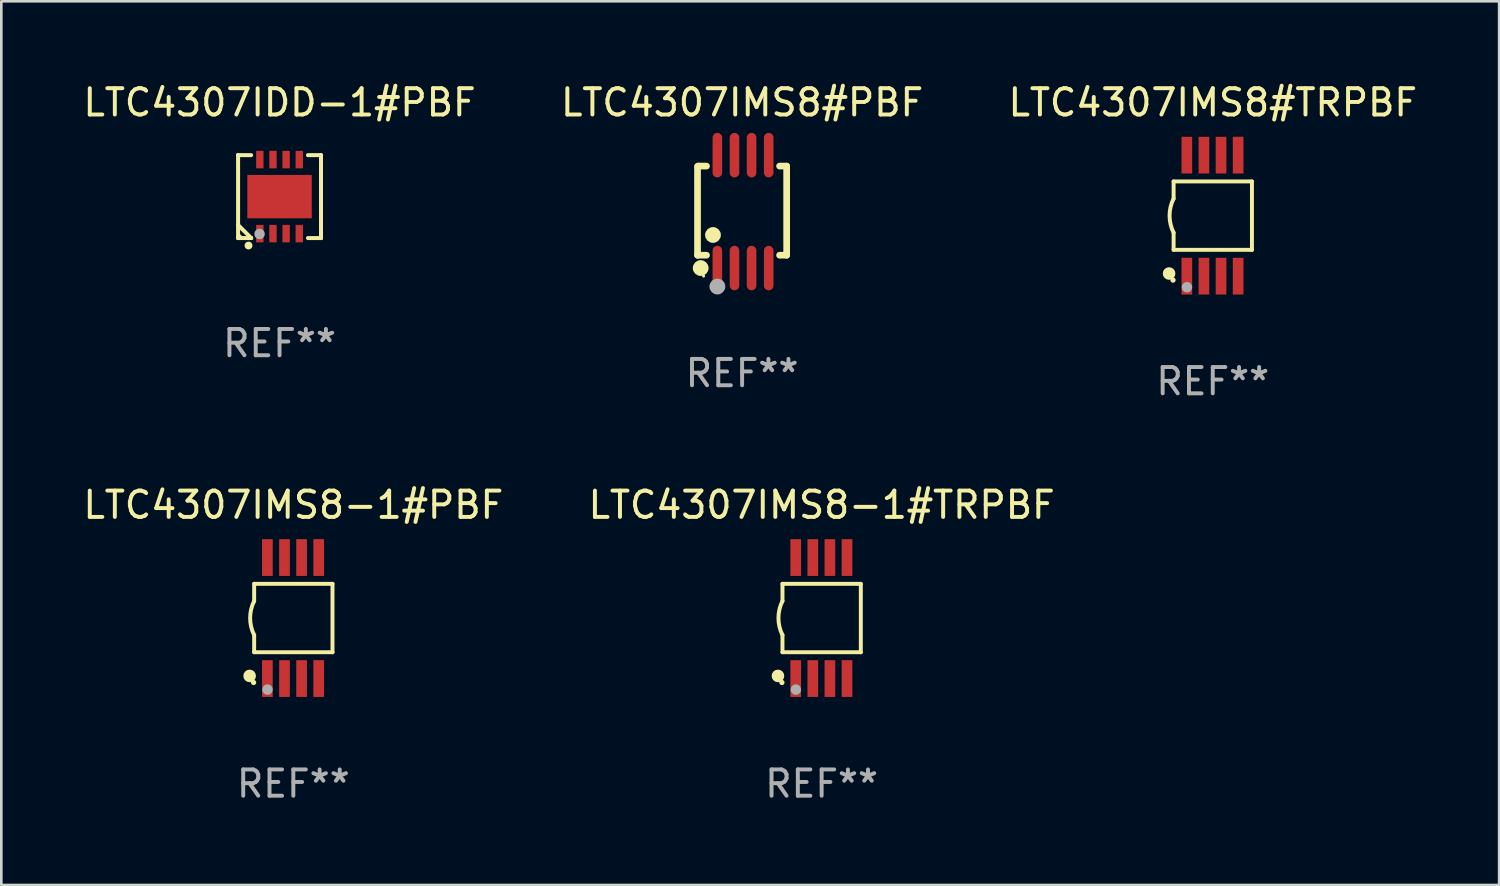
<source format=kicad_pcb>
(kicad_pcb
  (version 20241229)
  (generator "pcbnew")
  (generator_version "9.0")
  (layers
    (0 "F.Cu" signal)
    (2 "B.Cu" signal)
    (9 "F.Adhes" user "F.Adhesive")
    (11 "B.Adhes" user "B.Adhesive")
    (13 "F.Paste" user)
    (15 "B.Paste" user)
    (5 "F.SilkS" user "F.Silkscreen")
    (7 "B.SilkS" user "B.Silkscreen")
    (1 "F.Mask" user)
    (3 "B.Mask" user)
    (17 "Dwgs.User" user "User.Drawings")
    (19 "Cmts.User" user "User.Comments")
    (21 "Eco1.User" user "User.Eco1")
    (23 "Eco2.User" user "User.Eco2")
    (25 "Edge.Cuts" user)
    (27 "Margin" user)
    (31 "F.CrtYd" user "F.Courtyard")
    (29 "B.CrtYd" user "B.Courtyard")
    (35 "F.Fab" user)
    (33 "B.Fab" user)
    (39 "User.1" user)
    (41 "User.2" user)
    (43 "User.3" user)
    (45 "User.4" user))
  (footprint "LTC4307IMS8-1#PBF"
    (layer "F.Cu")
    (at 8.101 20.445)
    (property "Reference" "LTC4307IMS8-1#PBF" (at 0 -4.3 0) (layer "F.SilkS") (effects (font (size 1 1) (thickness 0.15))))
    (attr through_hole)
    (fp_line (start -1.489 -1.3) (end -1.489 -0.648) (stroke (width 0.15) (type solid)) (layer "F.SilkS"))
    (fp_line (start -1.489 0.648) (end -1.489 1.3) (stroke (width 0.15) (type solid)) (layer "F.SilkS"))
    (fp_line (start -1.489 1.3) (end 1.489 1.3) (stroke (width 0.15) (type solid)) (layer "F.SilkS"))
    (fp_line (start 1.489 -1.3) (end -1.489 -1.3) (stroke (width 0.15) (type solid)) (layer "F.SilkS"))
    (fp_line (start 1.489 1.3) (end 1.489 -1.3) (stroke (width 0.15) (type solid)) (layer "F.SilkS"))
    (fp_arc (start -1.489205 0.647702) (mid -1.642107 0) (end -1.489205 -0.647701) (stroke (width 0.150013) (type solid)) (layer "F.SilkS"))
    (fp_circle (center -1.661 2.2) (end -1.541 2.2) (stroke (width 0.24) (type solid)) (fill no) (layer "F.SilkS"))
    (fp_circle (center -1.511 2.45) (end -1.461 2.45) (stroke (width 0.1) (type solid)) (fill no) (layer "F.SilkS"))
    (fp_circle (center -0.981 2.72) (end -0.881 2.72) (stroke (width 0.2) (type solid)) (fill no) (layer "F.Fab"))
    (fp_text user "REF**" (at 0 6.3 0) (layer "F.Fab") (effects (font (size 1 1) (thickness 0.15))))
    (pad "1" smd rect (at -0.986 2.3) (size 0.406 1.397) (layers "F.Cu" "F.Mask" "F.Paste"))
    (pad "2" smd rect (at -0.336 2.3) (size 0.406 1.397) (layers "F.Cu" "F.Mask" "F.Paste"))
    (pad "3" smd rect (at 0.314 2.3) (size 0.406 1.397) (layers "F.Cu" "F.Mask" "F.Paste"))
    (pad "4" smd rect (at 0.964 2.3) (size 0.406 1.397) (layers "F.Cu" "F.Mask" "F.Paste"))
    (pad "5" smd rect (at 0.964 -2.3) (size 0.406 1.397) (layers "F.Cu" "F.Mask" "F.Paste"))
    (pad "6" smd rect (at 0.314 -2.3) (size 0.406 1.397) (layers "F.Cu" "F.Mask" "F.Paste"))
    (pad "7" smd rect (at -0.336 -2.3) (size 0.406 1.397) (layers "F.Cu" "F.Mask" "F.Paste"))
    (pad "8" smd rect (at -0.986 -2.3) (size 0.406 1.397) (layers "F.Cu" "F.Mask" "F.Paste")))
  (footprint "LTC4307IDD-1#PBF"
    (layer "F.Cu")
    (at 7.577 4.424)
    (property "Reference" "LTC4307IDD-1#PBF" (at 0 -3.576 0) (layer "F.SilkS") (effects (font (size 1 1) (thickness 0.15))))
    (attr through_hole)
    (fp_line (start -1.576 -1.576) (end -1.576 -1.576) (stroke (width 0.152) (type solid)) (layer "F.SilkS"))
    (fp_line (start -1.576 -1.576) (end -1.08 -1.576) (stroke (width 0.152) (type solid)) (layer "F.SilkS"))
    (fp_line (start -1.576 1.576) (end -1.576 -1.576) (stroke (width 0.152) (type solid)) (layer "F.SilkS"))
    (fp_line (start -1.576 1.576) (end -1.576 1.576) (stroke (width 0.152) (type solid)) (layer "F.SilkS"))
    (fp_line (start -1.08 1.575) (end -1.576 1.079) (stroke (width 0.152) (type solid)) (layer "F.SilkS"))
    (fp_line (start -1.08 1.576) (end -1.576 1.576) (stroke (width 0.152) (type solid)) (layer "F.SilkS"))
    (fp_line (start -1.08 1.576) (end -1.08 1.575) (stroke (width 0.152) (type solid)) (layer "F.SilkS"))
    (fp_line (start 1.08 1.576) (end 1.576 1.576) (stroke (width 0.152) (type solid)) (layer "F.SilkS"))
    (fp_line (start 1.576 -1.576) (end 1.08 -1.576) (stroke (width 0.152) (type solid)) (layer "F.SilkS"))
    (fp_line (start 1.576 -1.576) (end 1.576 -1.576) (stroke (width 0.152) (type solid)) (layer "F.SilkS"))
    (fp_line (start 1.576 1.576) (end 1.576 -1.576) (stroke (width 0.152) (type solid)) (layer "F.SilkS"))
    (fp_line (start 1.576 1.576) (end 1.576 1.576) (stroke (width 0.152) (type solid)) (layer "F.SilkS"))
    (fp_circle (center -1.5 1.5) (end -1.47 1.5) (stroke (width 0.06) (type solid)) (fill no) (layer "F.SilkS"))
    (fp_circle (center -1.18 1.86) (end -1.105 1.86) (stroke (width 0.15) (type solid)) (fill no) (layer "F.SilkS"))
    (fp_circle (center -0.76 1.42) (end -0.66 1.42) (stroke (width 0.2) (type solid)) (fill no) (layer "F.Fab"))
    (fp_text user "REF**" (at 0 5.576 0) (layer "F.Fab") (effects (font (size 1 1) (thickness 0.15))))
    (pad "1" smd rect (at -0.75 1.407) (size 0.28 0.665) (layers "F.Cu" "F.Mask" "F.Paste"))
    (pad "2" smd rect (at -0.25 1.407) (size 0.28 0.665) (layers "F.Cu" "F.Mask" "F.Paste"))
    (pad "3" smd rect (at 0.25 1.407) (size 0.28 0.665) (layers "F.Cu" "F.Mask" "F.Paste"))
    (pad "4" smd rect (at 0.75 1.407) (size 0.28 0.665) (layers "F.Cu" "F.Mask" "F.Paste"))
    (pad "5" smd rect (at 0.75 -1.407) (size 0.28 0.665) (layers "F.Cu" "F.Mask" "F.Paste"))
    (pad "6" smd rect (at 0.25 -1.407) (size 0.28 0.665) (layers "F.Cu" "F.Mask" "F.Paste"))
    (pad "7" smd rect (at -0.25 -1.407) (size 0.28 0.665) (layers "F.Cu" "F.Mask" "F.Paste"))
    (pad "8" smd rect (at -0.75 -1.407) (size 0.28 0.665) (layers "F.Cu" "F.Mask" "F.Paste"))
    (pad "9" smd rect (at 0 0) (size 2.45 1.65) (layers "F.Cu" "F.Mask" "F.Paste")))
  (footprint "LTC4307IMS8#PBF"
    (layer "F.Cu")
    (at 25.161 4.994)
    (property "Reference" "LTC4307IMS8#PBF" (at 0 -4.146 0) (layer "F.SilkS") (effects (font (size 1 1) (thickness 0.15))))
    (attr through_hole)
    (fp_line (start -1.694 -1.724) (end -1.694 1.652) (stroke (width 0.254) (type solid)) (layer "F.SilkS"))
    (fp_line (start -1.694 1.652) (end -1.688 1.658) (stroke (width 0.254) (type solid)) (layer "F.SilkS"))
    (fp_line (start -1.688 1.658) (end -1.353 1.658) (stroke (width 0.254) (type solid)) (layer "F.SilkS"))
    (fp_line (start -1.661 -1.73) (end -1.681 -1.71) (stroke (width 0.254) (type solid)) (layer "F.SilkS"))
    (fp_line (start -1.353 -1.73) (end -1.661 -1.73) (stroke (width 0.254) (type solid)) (layer "F.SilkS"))
    (fp_line (start 1.424 1.658) (end 1.694 1.658) (stroke (width 0.254) (type solid)) (layer "F.SilkS"))
    (fp_line (start 1.694 -1.73) (end 1.424 -1.73) (stroke (width 0.254) (type solid)) (layer "F.SilkS"))
    (fp_line (start 1.694 1.658) (end 1.694 -1.73) (stroke (width 0.254) (type solid)) (layer "F.SilkS"))
    (fp_circle (center -1.574 2.146) (end -1.424 2.146) (stroke (width 0.3) (type solid)) (fill no) (layer "F.SilkS"))
    (fp_circle (center -1.464 2.45) (end -1.434 2.45) (stroke (width 0.06) (type solid)) (fill no) (layer "F.SilkS"))
    (fp_circle (center -1.107 0.889) (end -0.957 0.889) (stroke (width 0.3) (type solid)) (fill no) (layer "F.SilkS"))
    (fp_circle (center -0.94 2.85) (end -0.789 2.85) (stroke (width 0.3) (type solid)) (fill no) (layer "F.Fab"))
    (fp_text user "REF**" (at 0 6.146 0) (layer "F.Fab") (effects (font (size 1 1) (thickness 0.15))))
    (pad "1" smd oval (at -0.94 2.146) (size 0.364 1.692) (layers "F.Cu" "F.Mask" "F.Paste"))
    (pad "2" smd oval (at -0.289 2.146) (size 0.364 1.692) (layers "F.Cu" "F.Mask" "F.Paste"))
    (pad "3" smd oval (at 0.361 2.146) (size 0.364 1.692) (layers "F.Cu" "F.Mask" "F.Paste"))
    (pad "4" smd oval (at 1.011 2.146) (size 0.364 1.692) (layers "F.Cu" "F.Mask" "F.Paste"))
    (pad "5" smd oval (at 1.011 -2.146) (size 0.364 1.692) (layers "F.Cu" "F.Mask" "F.Paste"))
    (pad "6" smd oval (at 0.361 -2.146) (size 0.364 1.692) (layers "F.Cu" "F.Mask" "F.Paste"))
    (pad "7" smd oval (at -0.289 -2.146) (size 0.364 1.692) (layers "F.Cu" "F.Mask" "F.Paste"))
    (pad "8" smd oval (at -0.94 -2.146) (size 0.364 1.692) (layers "F.Cu" "F.Mask" "F.Paste")))
  (footprint "LTC4307IMS8#TRPBF"
    (layer "F.Cu")
    (at 43.054 5.148)
    (property "Reference" "LTC4307IMS8#TRPBF" (at 0 -4.3 0) (layer "F.SilkS") (effects (font (size 1 1) (thickness 0.15))))
    (attr through_hole)
    (fp_line (start -1.489 -1.3) (end -1.489 -0.648) (stroke (width 0.15) (type solid)) (layer "F.SilkS"))
    (fp_line (start -1.489 0.648) (end -1.489 1.3) (stroke (width 0.15) (type solid)) (layer "F.SilkS"))
    (fp_line (start -1.489 1.3) (end 1.489 1.3) (stroke (width 0.15) (type solid)) (layer "F.SilkS"))
    (fp_line (start 1.489 -1.3) (end -1.489 -1.3) (stroke (width 0.15) (type solid)) (layer "F.SilkS"))
    (fp_line (start 1.489 1.3) (end 1.489 -1.3) (stroke (width 0.15) (type solid)) (layer "F.SilkS"))
    (fp_arc (start -1.489205 0.647702) (mid -1.642107 0) (end -1.489205 -0.647701) (stroke (width 0.150013) (type solid)) (layer "F.SilkS"))
    (fp_circle (center -1.661 2.2) (end -1.541 2.2) (stroke (width 0.24) (type solid)) (fill no) (layer "F.SilkS"))
    (fp_circle (center -1.511 2.45) (end -1.461 2.45) (stroke (width 0.1) (type solid)) (fill no) (layer "F.SilkS"))
    (fp_circle (center -0.981 2.72) (end -0.881 2.72) (stroke (width 0.2) (type solid)) (fill no) (layer "F.Fab"))
    (fp_text user "REF**" (at 0 6.3 0) (layer "F.Fab") (effects (font (size 1 1) (thickness 0.15))))
    (pad "1" smd rect (at -0.986 2.3) (size 0.406 1.397) (layers "F.Cu" "F.Mask" "F.Paste"))
    (pad "2" smd rect (at -0.336 2.3) (size 0.406 1.397) (layers "F.Cu" "F.Mask" "F.Paste"))
    (pad "3" smd rect (at 0.314 2.3) (size 0.406 1.397) (layers "F.Cu" "F.Mask" "F.Paste"))
    (pad "4" smd rect (at 0.964 2.3) (size 0.406 1.397) (layers "F.Cu" "F.Mask" "F.Paste"))
    (pad "5" smd rect (at 0.964 -2.3) (size 0.406 1.397) (layers "F.Cu" "F.Mask" "F.Paste"))
    (pad "6" smd rect (at 0.314 -2.3) (size 0.406 1.397) (layers "F.Cu" "F.Mask" "F.Paste"))
    (pad "7" smd rect (at -0.336 -2.3) (size 0.406 1.397) (layers "F.Cu" "F.Mask" "F.Paste"))
    (pad "8" smd rect (at -0.986 -2.3) (size 0.406 1.397) (layers "F.Cu" "F.Mask" "F.Paste")))
  (footprint "LTC4307IMS8-1#TRPBF"
    (layer "F.Cu")
    (at 28.185 20.445)
    (property "Reference" "LTC4307IMS8-1#TRPBF" (at 0 -4.3 0) (layer "F.SilkS") (effects (font (size 1 1) (thickness 0.15))))
    (attr through_hole)
    (fp_line (start -1.489 -1.3) (end -1.489 -0.648) (stroke (width 0.15) (type solid)) (layer "F.SilkS"))
    (fp_line (start -1.489 0.648) (end -1.489 1.3) (stroke (width 0.15) (type solid)) (layer "F.SilkS"))
    (fp_line (start -1.489 1.3) (end 1.489 1.3) (stroke (width 0.15) (type solid)) (layer "F.SilkS"))
    (fp_line (start 1.489 -1.3) (end -1.489 -1.3) (stroke (width 0.15) (type solid)) (layer "F.SilkS"))
    (fp_line (start 1.489 1.3) (end 1.489 -1.3) (stroke (width 0.15) (type solid)) (layer "F.SilkS"))
    (fp_arc (start -1.489205 0.647702) (mid -1.642107 0) (end -1.489205 -0.647701) (stroke (width 0.150013) (type solid)) (layer "F.SilkS"))
    (fp_circle (center -1.661 2.2) (end -1.541 2.2) (stroke (width 0.24) (type solid)) (fill no) (layer "F.SilkS"))
    (fp_circle (center -1.511 2.45) (end -1.461 2.45) (stroke (width 0.1) (type solid)) (fill no) (layer "F.SilkS"))
    (fp_circle (center -0.981 2.72) (end -0.881 2.72) (stroke (width 0.2) (type solid)) (fill no) (layer "F.Fab"))
    (fp_text user "REF**" (at 0 6.3 0) (layer "F.Fab") (effects (font (size 1 1) (thickness 0.15))))
    (pad "1" smd rect (at -0.986 2.3) (size 0.406 1.397) (layers "F.Cu" "F.Mask" "F.Paste"))
    (pad "2" smd rect (at -0.336 2.3) (size 0.406 1.397) (layers "F.Cu" "F.Mask" "F.Paste"))
    (pad "3" smd rect (at 0.314 2.3) (size 0.406 1.397) (layers "F.Cu" "F.Mask" "F.Paste"))
    (pad "4" smd rect (at 0.964 2.3) (size 0.406 1.397) (layers "F.Cu" "F.Mask" "F.Paste"))
    (pad "5" smd rect (at 0.964 -2.3) (size 0.406 1.397) (layers "F.Cu" "F.Mask" "F.Paste"))
    (pad "6" smd rect (at 0.314 -2.3) (size 0.406 1.397) (layers "F.Cu" "F.Mask" "F.Paste"))
    (pad "7" smd rect (at -0.336 -2.3) (size 0.406 1.397) (layers "F.Cu" "F.Mask" "F.Paste"))
    (pad "8" smd rect (at -0.986 -2.3) (size 0.406 1.397) (layers "F.Cu" "F.Mask" "F.Paste")))
  (gr_rect
    (start -3 -3)
    (end 53.94 30.593)
    (stroke (width 0.1) (type default))
    (fill no)
    (layer "Edge.Cuts")))
</source>
